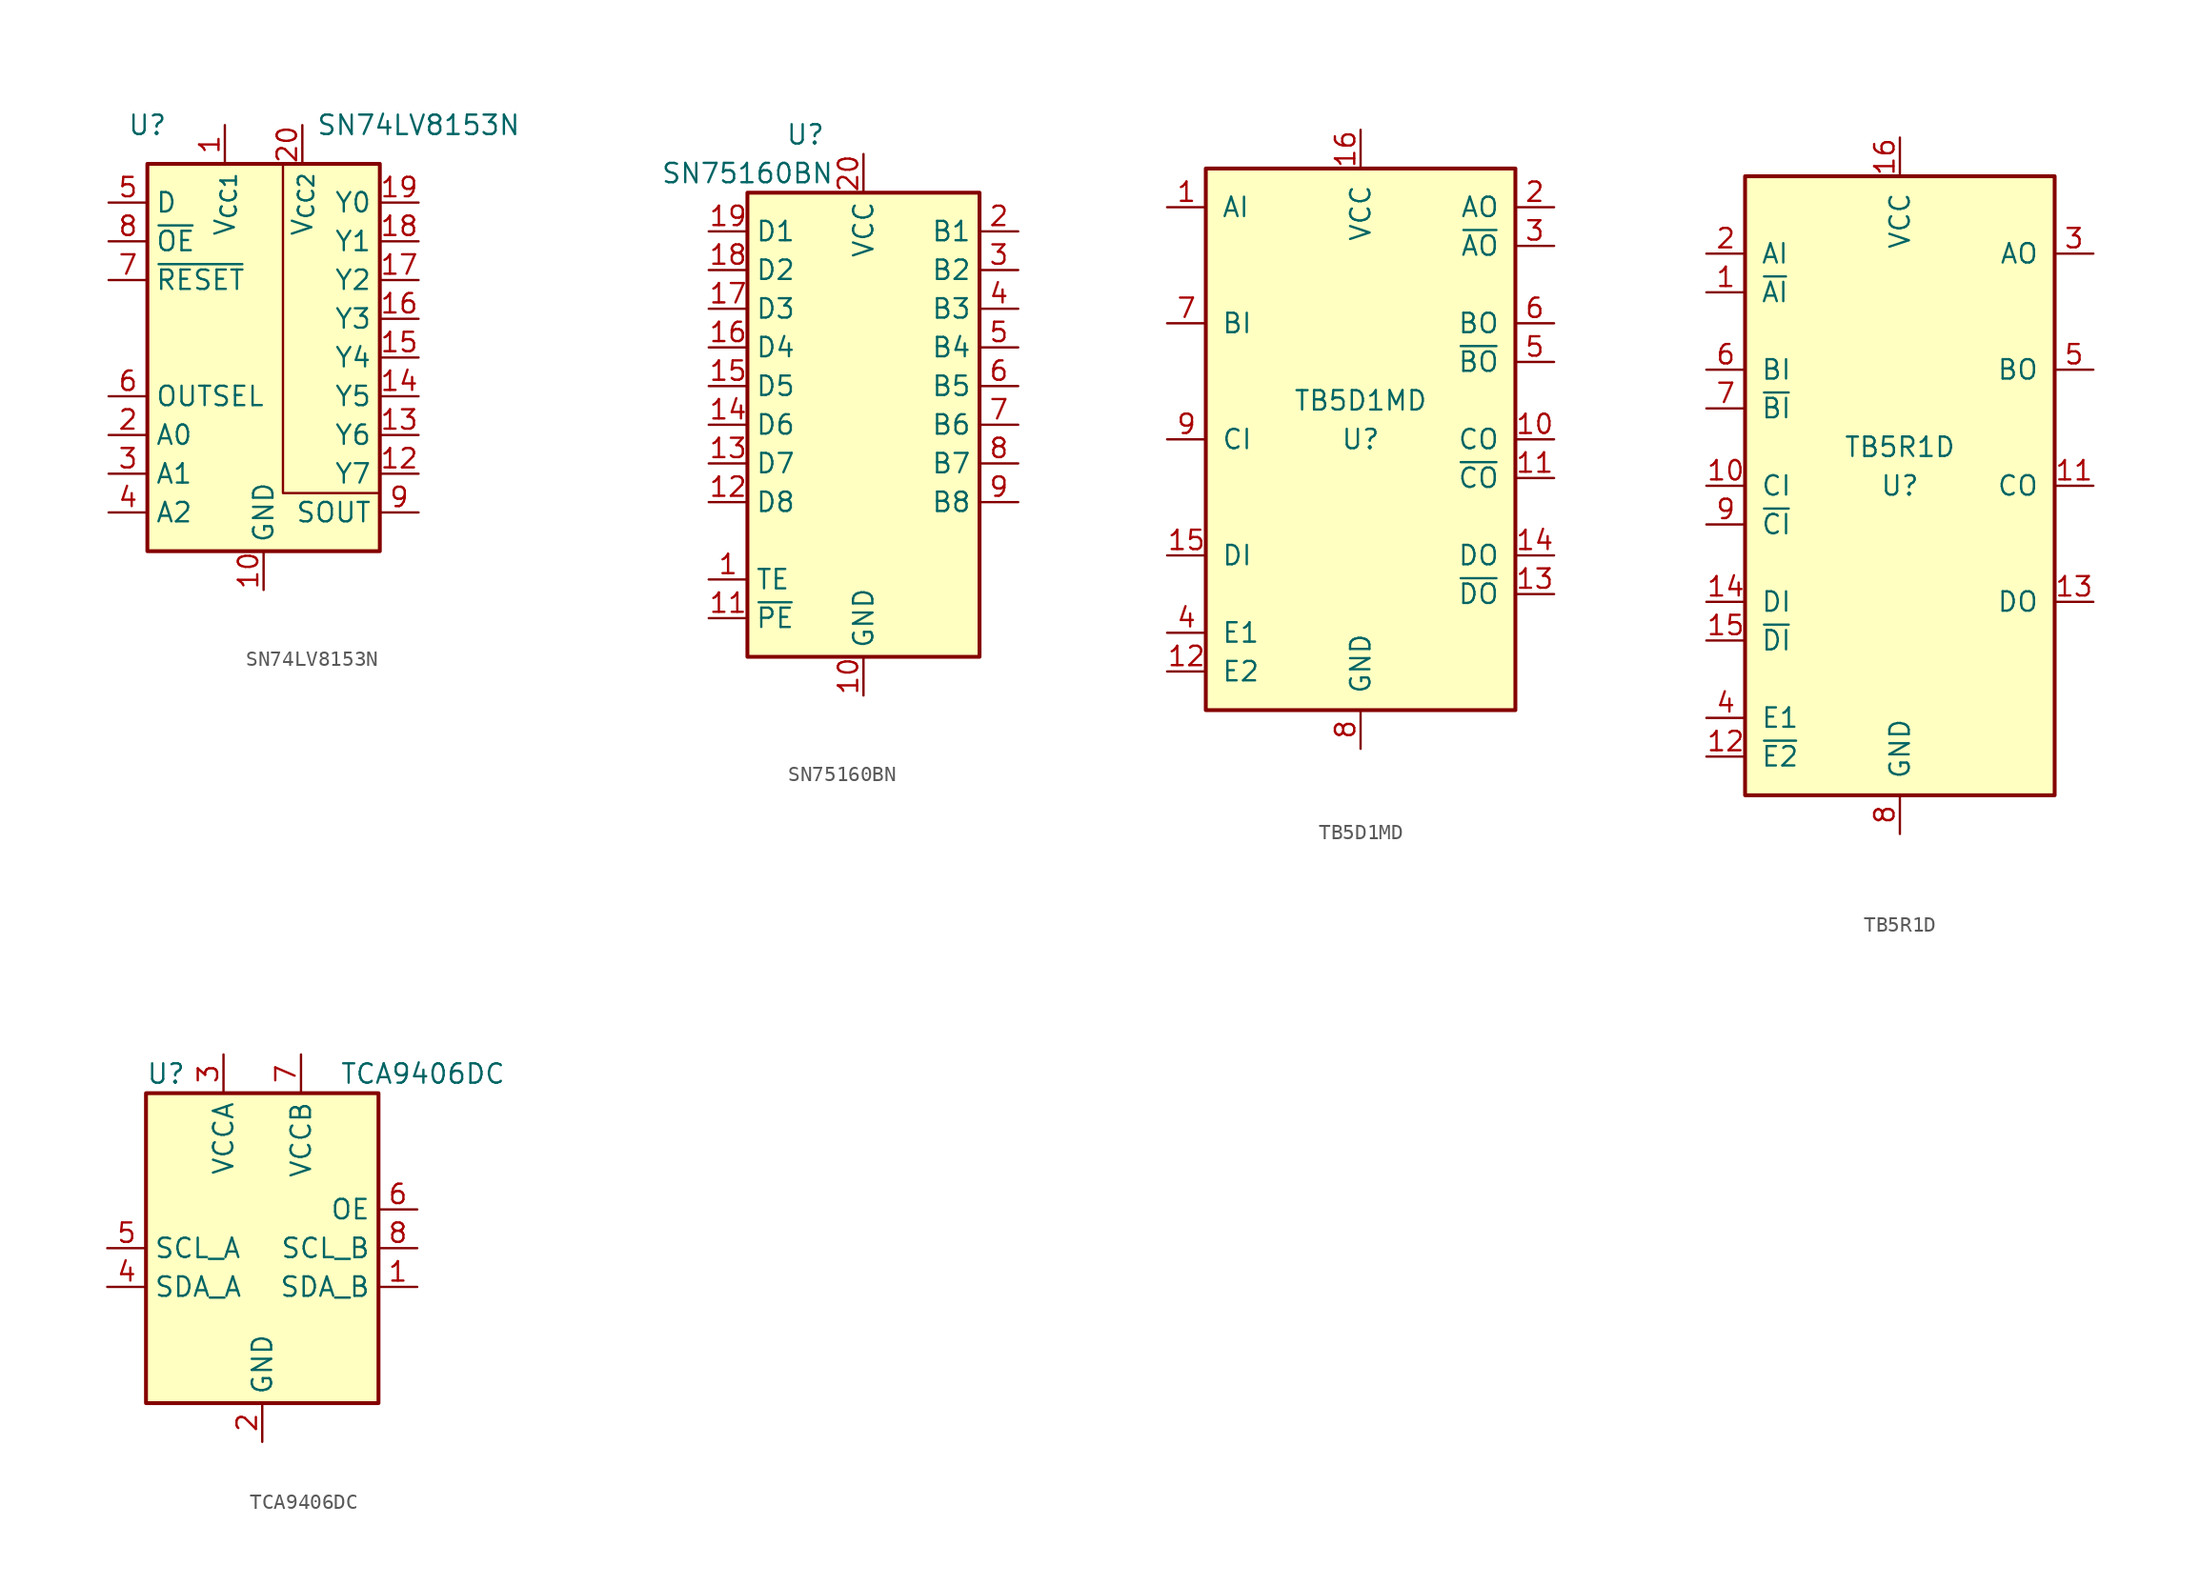
<source format=kicad_sym>
(kicad_symbol_lib
  (version 20241209)
  (generator "kicad_symbol_editor")
  (generator_version "9.0")
  (symbol "SN74LV8153N"
    (property "Reference" "U"
      (at -7.62 15.24 0)
      (effects (font (size 1.27 1.27))))
    (property "Value" "SN74LV8153N"
      (at 10.16 15.24 0)
      (effects (font (size 1.27 1.27))))
    (symbol "SN74LV8153N_0_1"
      (rectangle (start -7.62 12.7) (end 7.62 -12.7) (stroke (width 0.254) (type default)) (fill (type background)))
      (polyline (pts (xy 1.27 12.7) (xy 1.27 -8.89) (xy 7.62 -8.89)) (stroke (width 0) (type default)) (fill (type none))))
    (symbol "SN74LV8153N_1_1"
      (pin input line (at -10.16 10.16 0) (length 2.54) (name "D" (effects (font (size 1.27 1.27)))) (number "5" (effects (font (size 1.27 1.27)))))
      (pin input line (at -10.16 7.62 0) (length 2.54) (name "~{OE}" (effects (font (size 1.27 1.27)))) (number "8" (effects (font (size 1.27 1.27)))))
      (pin input line (at -10.16 5.08 0) (length 2.54) (name "~{RESET}" (effects (font (size 1.27 1.27)))) (number "7" (effects (font (size 1.27 1.27)))))
      (pin input line (at -10.16 -2.54 0) (length 2.54) (name "OUTSEL" (effects (font (size 1.27 1.27)))) (number "6" (effects (font (size 1.27 1.27)))))
      (pin input line (at -10.16 -5.08 0) (length 2.54) (name "A0" (effects (font (size 1.27 1.27)))) (number "2" (effects (font (size 1.27 1.27)))))
      (pin input line (at -10.16 -7.62 0) (length 2.54) (name "A1" (effects (font (size 1.27 1.27)))) (number "3" (effects (font (size 1.27 1.27)))))
      (pin input line (at -10.16 -10.16 0) (length 2.54) (name "A2" (effects (font (size 1.27 1.27)))) (number "4" (effects (font (size 1.27 1.27)))))
      (pin power_in line (at -2.54 15.24 270) (length 2.54) (name "V_{CC1}" (effects (font (size 1.27 1.27)))) (number "1" (effects (font (size 1.27 1.27)))))
      (pin power_in line (at 0 -15.24 90) (length 2.54) (name "GND" (effects (font (size 1.27 1.27)))) (number "10" (effects (font (size 1.27 1.27)))))
      (pin passive line (at 0 -15.24 90) (length 2.54) (hide yes) (name "GND" (effects (font (size 1.27 1.27)))) (number "11" (effects (font (size 1.27 1.27)))))
      (pin power_in line (at 2.54 15.24 270) (length 2.54) (name "V_{CC2}" (effects (font (size 1.27 1.27)))) (number "20" (effects (font (size 1.27 1.27)))))
      (pin open_collector line (at 10.16 10.16 180) (length 2.54) (name "Y0" (effects (font (size 1.27 1.27)))) (number "19" (effects (font (size 1.27 1.27)))))
      (pin open_collector line (at 10.16 7.62 180) (length 2.54) (name "Y1" (effects (font (size 1.27 1.27)))) (number "18" (effects (font (size 1.27 1.27)))))
      (pin open_collector line (at 10.16 5.08 180) (length 2.54) (name "Y2" (effects (font (size 1.27 1.27)))) (number "17" (effects (font (size 1.27 1.27)))))
      (pin open_collector line (at 10.16 2.54 180) (length 2.54) (name "Y3" (effects (font (size 1.27 1.27)))) (number "16" (effects (font (size 1.27 1.27)))))
      (pin open_collector line (at 10.16 0 180) (length 2.54) (name "Y4" (effects (font (size 1.27 1.27)))) (number "15" (effects (font (size 1.27 1.27)))))
      (pin open_collector line (at 10.16 -2.54 180) (length 2.54) (name "Y5" (effects (font (size 1.27 1.27)))) (number "14" (effects (font (size 1.27 1.27)))))
      (pin open_collector line (at 10.16 -5.08 180) (length 2.54) (name "Y6" (effects (font (size 1.27 1.27)))) (number "13" (effects (font (size 1.27 1.27)))))
      (pin open_collector line (at 10.16 -7.62 180) (length 2.54) (name "Y7" (effects (font (size 1.27 1.27)))) (number "12" (effects (font (size 1.27 1.27)))))
      (pin output line (at 10.16 -10.16 180) (length 2.54) (name "SOUT" (effects (font (size 1.27 1.27)))) (number "9" (effects (font (size 1.27 1.27)))))))
  (symbol "SN75160BN"
    (property "Reference" "U"
      (at -3.81 19.05 0)
      (effects (font (size 1.27 1.27))))
    (property "Value" "SN75160BN"
      (at -7.62 16.51 0)
      (effects (font (size 1.27 1.27))))
    (symbol "SN75160BN_1_1"
      (rectangle (start -7.62 15.24) (end 7.62 -15.24) (stroke (width 0.254) (type default)) (fill (type background)))
      (pin bidirectional line (at -10.16 12.7 0) (length 2.54) (name "D1" (effects (font (size 1.27 1.27)))) (number "19" (effects (font (size 1.27 1.27)))))
      (pin bidirectional line (at -10.16 10.16 0) (length 2.54) (name "D2" (effects (font (size 1.27 1.27)))) (number "18" (effects (font (size 1.27 1.27)))))
      (pin bidirectional line (at -10.16 7.62 0) (length 2.54) (name "D3" (effects (font (size 1.27 1.27)))) (number "17" (effects (font (size 1.27 1.27)))))
      (pin bidirectional line (at -10.16 5.08 0) (length 2.54) (name "D4" (effects (font (size 1.27 1.27)))) (number "16" (effects (font (size 1.27 1.27)))))
      (pin bidirectional line (at -10.16 2.54 0) (length 2.54) (name "D5" (effects (font (size 1.27 1.27)))) (number "15" (effects (font (size 1.27 1.27)))))
      (pin bidirectional line (at -10.16 0 0) (length 2.54) (name "D6" (effects (font (size 1.27 1.27)))) (number "14" (effects (font (size 1.27 1.27)))))
      (pin bidirectional line (at -10.16 -2.54 0) (length 2.54) (name "D7" (effects (font (size 1.27 1.27)))) (number "13" (effects (font (size 1.27 1.27)))))
      (pin bidirectional line (at -10.16 -5.08 0) (length 2.54) (name "D8" (effects (font (size 1.27 1.27)))) (number "12" (effects (font (size 1.27 1.27)))))
      (pin input line (at -10.16 -10.16 0) (length 2.54) (name "TE" (effects (font (size 1.27 1.27)))) (number "1" (effects (font (size 1.27 1.27)))))
      (pin input line (at -10.16 -12.7 0) (length 2.54) (name "~{PE}" (effects (font (size 1.27 1.27)))) (number "11" (effects (font (size 1.27 1.27)))))
      (pin power_in line (at 0 17.78 270) (length 2.54) (name "VCC" (effects (font (size 1.27 1.27)))) (number "20" (effects (font (size 1.27 1.27)))))
      (pin power_in line (at 0 -17.78 90) (length 2.54) (name "GND" (effects (font (size 1.27 1.27)))) (number "10" (effects (font (size 1.27 1.27)))))
      (pin bidirectional line (at 10.16 12.7 180) (length 2.54) (name "B1" (effects (font (size 1.27 1.27)))) (number "2" (effects (font (size 1.27 1.27)))))
      (pin bidirectional line (at 10.16 10.16 180) (length 2.54) (name "B2" (effects (font (size 1.27 1.27)))) (number "3" (effects (font (size 1.27 1.27)))))
      (pin bidirectional line (at 10.16 7.62 180) (length 2.54) (name "B3" (effects (font (size 1.27 1.27)))) (number "4" (effects (font (size 1.27 1.27)))))
      (pin bidirectional line (at 10.16 5.08 180) (length 2.54) (name "B4" (effects (font (size 1.27 1.27)))) (number "5" (effects (font (size 1.27 1.27)))))
      (pin bidirectional line (at 10.16 2.54 180) (length 2.54) (name "B5" (effects (font (size 1.27 1.27)))) (number "6" (effects (font (size 1.27 1.27)))))
      (pin bidirectional line (at 10.16 0 180) (length 2.54) (name "B6" (effects (font (size 1.27 1.27)))) (number "7" (effects (font (size 1.27 1.27)))))
      (pin bidirectional line (at 10.16 -2.54 180) (length 2.54) (name "B7" (effects (font (size 1.27 1.27)))) (number "8" (effects (font (size 1.27 1.27)))))
      (pin bidirectional line (at 10.16 -5.08 180) (length 2.54) (name "B8" (effects (font (size 1.27 1.27)))) (number "9" (effects (font (size 1.27 1.27)))))))
  (symbol "TB5D1MD"
    (pin_names
      (offset 1.016))
    (property "Reference" "U"
      (at 0 0 0)
      (effects (font (size 1.27 1.27))))
    (property "Value" "TB5D1MD"
      (at 0 2.54 0)
      (effects (font (size 1.27 1.27))))
    (symbol "TB5D1MD_0_1"
      (rectangle (start -10.16 -17.78) (end 10.16 17.78) (stroke (width 0.254) (type default)) (fill (type background))))
    (symbol "TB5D1MD_1_1"
      (pin input line (at -12.7 15.24 0) (length 2.54) (name "AI" (effects (font (size 1.27 1.27)))) (number "1" (effects (font (size 1.27 1.27)))))
      (pin input line (at -12.7 7.62 0) (length 2.54) (name "BI" (effects (font (size 1.27 1.27)))) (number "7" (effects (font (size 1.27 1.27)))))
      (pin input line (at -12.7 0 0) (length 2.54) (name "CI" (effects (font (size 1.27 1.27)))) (number "9" (effects (font (size 1.27 1.27)))))
      (pin input line (at -12.7 -7.62 0) (length 2.54) (name "DI" (effects (font (size 1.27 1.27)))) (number "15" (effects (font (size 1.27 1.27)))))
      (pin input line (at -12.7 -12.7 0) (length 2.54) (name "E1" (effects (font (size 1.27 1.27)))) (number "4" (effects (font (size 1.27 1.27)))))
      (pin input line (at -12.7 -15.24 0) (length 2.54) (name "E2" (effects (font (size 1.27 1.27)))) (number "12" (effects (font (size 1.27 1.27)))))
      (pin power_in line (at 0 20.32 270) (length 2.54) (name "VCC" (effects (font (size 1.27 1.27)))) (number "16" (effects (font (size 1.27 1.27)))))
      (pin power_in line (at 0 -20.32 90) (length 2.54) (name "GND" (effects (font (size 1.27 1.27)))) (number "8" (effects (font (size 1.27 1.27)))))
      (pin output line (at 12.7 15.24 180) (length 2.54) (name "AO" (effects (font (size 1.27 1.27)))) (number "2" (effects (font (size 1.27 1.27)))))
      (pin output line (at 12.7 12.7 180) (length 2.54) (name "~{AO}" (effects (font (size 1.27 1.27)))) (number "3" (effects (font (size 1.27 1.27)))))
      (pin output line (at 12.7 7.62 180) (length 2.54) (name "BO" (effects (font (size 1.27 1.27)))) (number "6" (effects (font (size 1.27 1.27)))))
      (pin output line (at 12.7 5.08 180) (length 2.54) (name "~{BO}" (effects (font (size 1.27 1.27)))) (number "5" (effects (font (size 1.27 1.27)))))
      (pin output line (at 12.7 0 180) (length 2.54) (name "CO" (effects (font (size 1.27 1.27)))) (number "10" (effects (font (size 1.27 1.27)))))
      (pin output line (at 12.7 -2.54 180) (length 2.54) (name "~{CO}" (effects (font (size 1.27 1.27)))) (number "11" (effects (font (size 1.27 1.27)))))
      (pin output line (at 12.7 -7.62 180) (length 2.54) (name "DO" (effects (font (size 1.27 1.27)))) (number "14" (effects (font (size 1.27 1.27)))))
      (pin output line (at 12.7 -10.16 180) (length 2.54) (name "~{DO}" (effects (font (size 1.27 1.27)))) (number "13" (effects (font (size 1.27 1.27)))))))
  (symbol "TB5R1D"
    (pin_names
      (offset 1.016))
    (property "Reference" "U"
      (at 0 0 0)
      (effects (font (size 1.27 1.27))))
    (property "Value" "TB5R1D"
      (at 0 2.54 0)
      (effects (font (size 1.27 1.27))))
    (symbol "TB5R1D_0_1"
      (rectangle (start 10.16 -20.32) (end -10.16 20.32) (stroke (width 0.254) (type default)) (fill (type background))))
    (symbol "TB5R1D_1_1"
      (pin input line (at -12.7 15.24 0) (length 2.54) (name "AI" (effects (font (size 1.27 1.27)))) (number "2" (effects (font (size 1.27 1.27)))))
      (pin input line (at -12.7 12.7 0) (length 2.54) (name "~{AI}" (effects (font (size 1.27 1.27)))) (number "1" (effects (font (size 1.27 1.27)))))
      (pin input line (at -12.7 7.62 0) (length 2.54) (name "BI" (effects (font (size 1.27 1.27)))) (number "6" (effects (font (size 1.27 1.27)))))
      (pin input line (at -12.7 5.08 0) (length 2.54) (name "~{BI}" (effects (font (size 1.27 1.27)))) (number "7" (effects (font (size 1.27 1.27)))))
      (pin input line (at -12.7 0 0) (length 2.54) (name "CI" (effects (font (size 1.27 1.27)))) (number "10" (effects (font (size 1.27 1.27)))))
      (pin input line (at -12.7 -2.54 0) (length 2.54) (name "~{CI}" (effects (font (size 1.27 1.27)))) (number "9" (effects (font (size 1.27 1.27)))))
      (pin input line (at -12.7 -7.62 0) (length 2.54) (name "DI" (effects (font (size 1.27 1.27)))) (number "14" (effects (font (size 1.27 1.27)))))
      (pin input line (at -12.7 -10.16 0) (length 2.54) (name "~{DI}" (effects (font (size 1.27 1.27)))) (number "15" (effects (font (size 1.27 1.27)))))
      (pin input line (at -12.7 -15.24 0) (length 2.54) (name "E1" (effects (font (size 1.27 1.27)))) (number "4" (effects (font (size 1.27 1.27)))))
      (pin input line (at -12.7 -17.78 0) (length 2.54) (name "~{E2}" (effects (font (size 1.27 1.27)))) (number "12" (effects (font (size 1.27 1.27)))))
      (pin power_in line (at 0 22.86 270) (length 2.54) (name "VCC" (effects (font (size 1.27 1.27)))) (number "16" (effects (font (size 1.27 1.27)))))
      (pin power_in line (at 0 -22.86 90) (length 2.54) (name "GND" (effects (font (size 1.27 1.27)))) (number "8" (effects (font (size 1.27 1.27)))))
      (pin output line (at 12.7 15.24 180) (length 2.54) (name "AO" (effects (font (size 1.27 1.27)))) (number "3" (effects (font (size 1.27 1.27)))))
      (pin output line (at 12.7 7.62 180) (length 2.54) (name "BO" (effects (font (size 1.27 1.27)))) (number "5" (effects (font (size 1.27 1.27)))))
      (pin output line (at 12.7 0 180) (length 2.54) (name "CO" (effects (font (size 1.27 1.27)))) (number "11" (effects (font (size 1.27 1.27)))))
      (pin output line (at 12.7 -7.62 180) (length 2.54) (name "DO" (effects (font (size 1.27 1.27)))) (number "13" (effects (font (size 1.27 1.27)))))))
  (symbol "TCA9406DC"
    (property "Reference" "U"
      (at -7.62 11.43 0)
      (effects (font (size 1.27 1.27)) (justify left)))
    (property "Value" "TCA9406DC"
      (at 5.08 11.43 0)
      (effects (font (size 1.27 1.27)) (justify left)))
    (symbol "TCA9406DC_0_1"
      (rectangle (start -7.62 10.16) (end 7.62 -10.16) (stroke (width 0.254) (type default)) (fill (type background))))
    (symbol "TCA9406DC_1_1"
      (pin bidirectional line (at -10.16 0 0) (length 2.54) (name "SCL_A" (effects (font (size 1.27 1.27)))) (number "5" (effects (font (size 1.27 1.27)))))
      (pin bidirectional line (at -10.16 -2.54 0) (length 2.54) (name "SDA_A" (effects (font (size 1.27 1.27)))) (number "4" (effects (font (size 1.27 1.27)))))
      (pin power_in line (at -2.54 12.7 270) (length 2.54) (name "VCCA" (effects (font (size 1.27 1.27)))) (number "3" (effects (font (size 1.27 1.27)))))
      (pin power_in line (at 0 -12.7 90) (length 2.54) (name "GND" (effects (font (size 1.27 1.27)))) (number "2" (effects (font (size 1.27 1.27)))))
      (pin power_in line (at 2.54 12.7 270) (length 2.54) (name "VCCB" (effects (font (size 1.27 1.27)))) (number "7" (effects (font (size 1.27 1.27)))))
      (pin input line (at 10.16 2.54 180) (length 2.54) (name "OE" (effects (font (size 1.27 1.27)))) (number "6" (effects (font (size 1.27 1.27)))))
      (pin bidirectional line (at 10.16 0 180) (length 2.54) (name "SCL_B" (effects (font (size 1.27 1.27)))) (number "8" (effects (font (size 1.27 1.27)))))
      (pin bidirectional line (at 10.16 -2.54 180) (length 2.54) (name "SDA_B" (effects (font (size 1.27 1.27)))) (number "1" (effects (font (size 1.27 1.27))))))))
</source>
